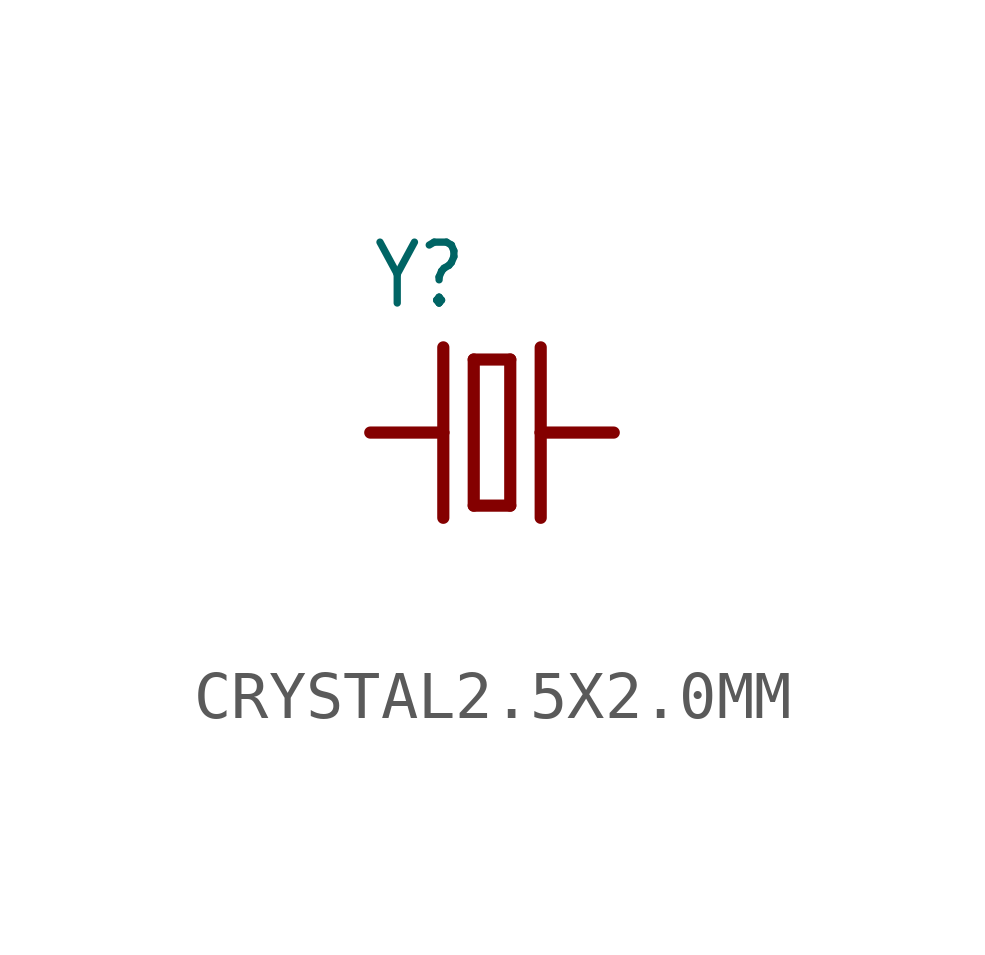
<source format=kicad_sym>
(kicad_symbol_lib
  (version 20220914)
  (generator kicad_symbol_editor)
  (symbol "CRYSTAL2.5X2.0MM"
    (property "Reference" "Y"
      (at -2.54 2.54 0)
      (effects (font (size 1.27 1.079)) (justify left bottom)))
    (property "Value" ""
      (at -2.54 -3.81 0)
      (effects (font (size 1.27 1.079)) (justify left bottom)))
    (property "ki_locked" ""
      (at 0 0 0)
      (effects (font (size 1.27 1.27))))
    (symbol "CRYSTAL2.5X2.0MM_1_0"
      (polyline (pts (xy -2.54 0) (xy -1.016 0)) (stroke (width 0.254) (type solid)) (fill (type none)))
      (polyline (pts (xy -1.016 0) (xy -1.016 -1.778)) (stroke (width 0.254) (type solid)) (fill (type none)))
      (polyline (pts (xy -1.016 1.778) (xy -1.016 0)) (stroke (width 0.254) (type solid)) (fill (type none)))
      (polyline (pts (xy -0.381 -1.524) (xy 0.381 -1.524)) (stroke (width 0.254) (type solid)) (fill (type none)))
      (polyline (pts (xy -0.381 1.524) (xy -0.381 -1.524)) (stroke (width 0.254) (type solid)) (fill (type none)))
      (polyline (pts (xy 0.381 -1.524) (xy 0.381 1.524)) (stroke (width 0.254) (type solid)) (fill (type none)))
      (polyline (pts (xy 0.381 1.524) (xy -0.381 1.524)) (stroke (width 0.254) (type solid)) (fill (type none)))
      (polyline (pts (xy 1.016 0) (xy 1.016 -1.778)) (stroke (width 0.254) (type solid)) (fill (type none)))
      (polyline (pts (xy 1.016 1.778) (xy 1.016 0)) (stroke (width 0.254) (type solid)) (fill (type none)))
      (polyline (pts (xy 2.54 0) (xy 1.016 0)) (stroke (width 0.254) (type solid)) (fill (type none)))
      (pin passive line (at -2.54 0 0) (length 0) (name "1" (effects (font (size 0 0)))) (number "1" (effects (font (size 0 0)))))
      (pin passive line (at 2.54 0 180) (length 0) (name "2" (effects (font (size 0 0)))) (number "3" (effects (font (size 0 0))))))))
</source>
